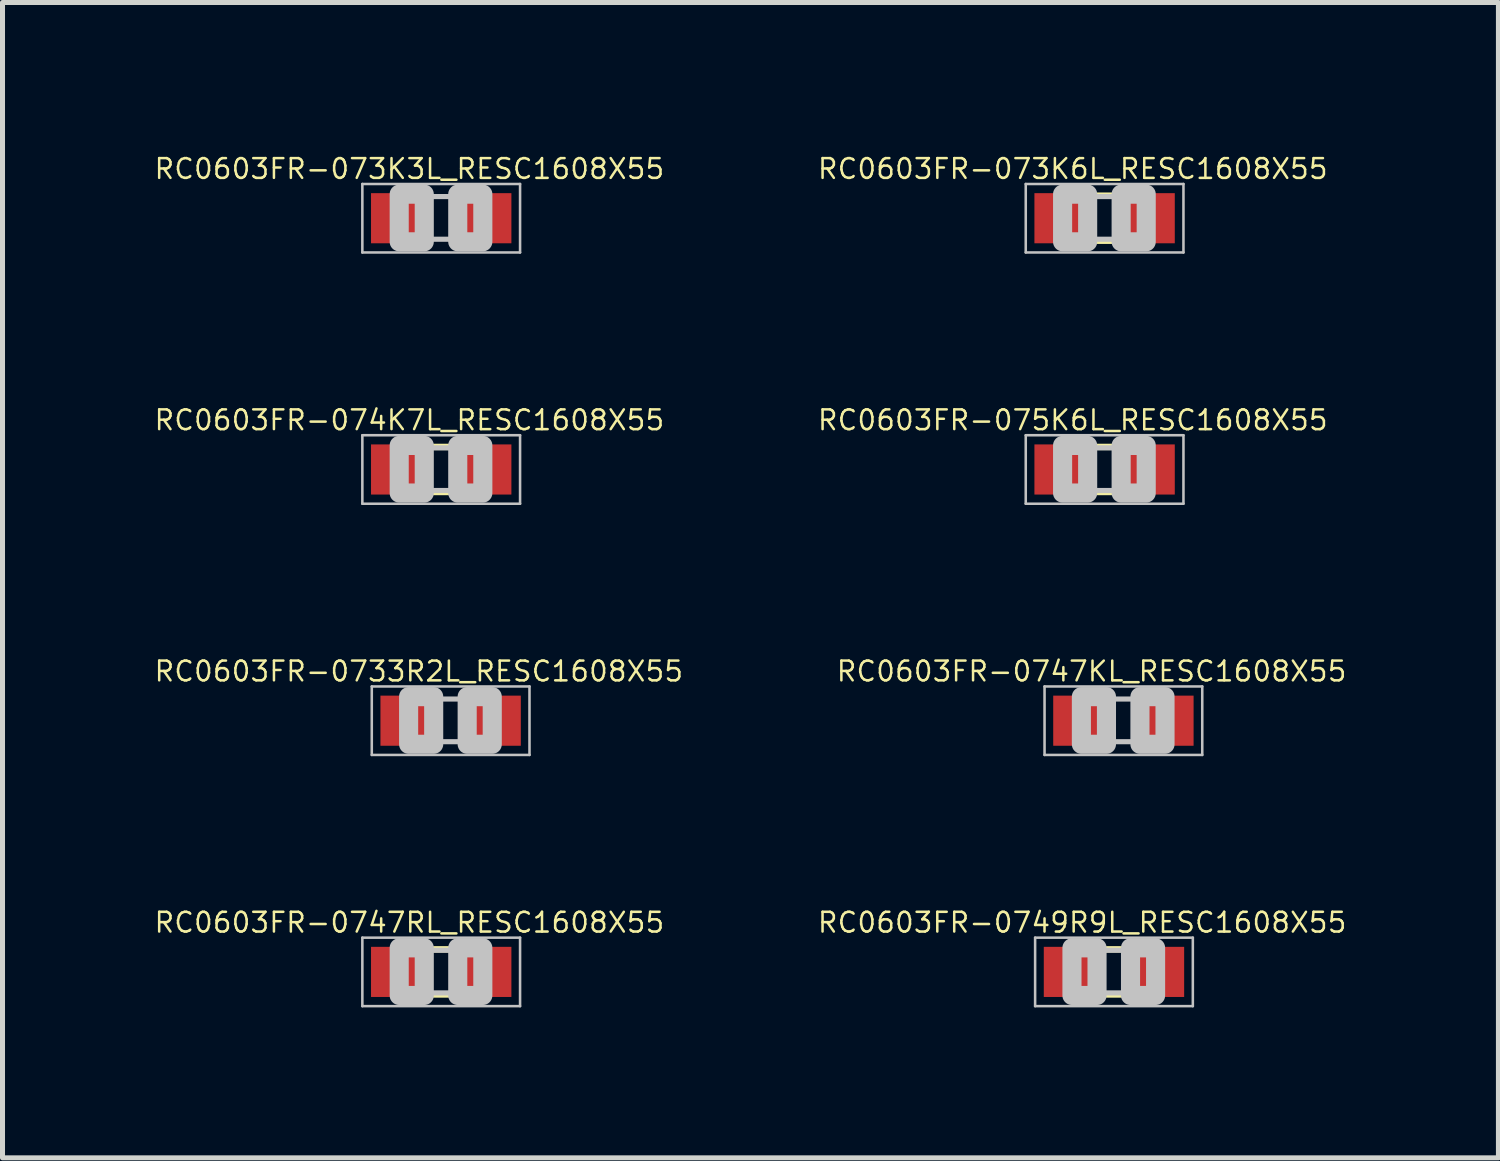
<source format=kicad_pcb>
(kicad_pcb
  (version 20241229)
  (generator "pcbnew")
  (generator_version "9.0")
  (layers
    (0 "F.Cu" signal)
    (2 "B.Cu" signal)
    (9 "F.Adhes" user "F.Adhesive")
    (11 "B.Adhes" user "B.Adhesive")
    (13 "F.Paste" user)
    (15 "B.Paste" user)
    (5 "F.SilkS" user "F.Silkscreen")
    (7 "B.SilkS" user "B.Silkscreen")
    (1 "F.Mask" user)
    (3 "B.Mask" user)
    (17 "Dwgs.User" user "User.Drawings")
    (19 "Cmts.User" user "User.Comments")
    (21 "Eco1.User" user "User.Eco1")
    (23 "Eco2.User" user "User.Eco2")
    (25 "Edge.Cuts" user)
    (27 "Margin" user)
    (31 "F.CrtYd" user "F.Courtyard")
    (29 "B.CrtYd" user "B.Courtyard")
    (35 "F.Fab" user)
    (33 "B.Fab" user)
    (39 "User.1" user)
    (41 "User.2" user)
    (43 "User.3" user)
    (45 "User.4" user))
  (footprint "RC0603FR-0749R9L_RESC1608X55"
    (layer "F.Cu")
    (at 19.171 16.337)
    (property "Reference" "RC0603FR-0749R9L_RESC1608X55" (at -0.635 -0.985 0) (layer "F.SilkS") (effects (font (size 0.394 0.394) (thickness 0.05))))
    (attr smd)
    (fp_line (start -0.15 -0.45) (end 0.15 -0.45) (stroke (width 0.127) (type solid)) (layer "F.SilkS"))
    (fp_line (start -0.15 0.45) (end 0.15 0.45) (stroke (width 0.127) (type solid)) (layer "F.SilkS"))
    (fp_line (start -1.573 -0.683) (end 1.573 -0.683) (stroke (width 0.051) (type solid)) (layer "Dwgs.User"))
    (fp_line (start -1.573 0.683) (end -1.573 -0.683) (stroke (width 0.051) (type solid)) (layer "Dwgs.User"))
    (fp_line (start -0.356 -0.432) (end 0.356 -0.432) (stroke (width 0.102) (type solid)) (layer "Dwgs.User"))
    (fp_line (start -0.356 0.419) (end 0.356 0.419) (stroke (width 0.102) (type solid)) (layer "Dwgs.User"))
    (fp_line (start 1.573 -0.683) (end 1.573 0.683) (stroke (width 0.051) (type solid)) (layer "Dwgs.User"))
    (fp_line (start 1.573 0.683) (end -1.573 0.683) (stroke (width 0.051) (type solid)) (layer "Dwgs.User"))
    (fp_poly (pts (xy -0.838 -0.48) (xy -0.338 -0.48) (xy -0.338 0.47) (xy -0.838 0.47)) (stroke (width 0.381) (type solid)) (fill no) (layer "Dwgs.User"))
    (fp_poly (pts (xy 0.33 -0.48) (xy 0.83 -0.48) (xy 0.83 0.47) (xy 0.33 0.47)) (stroke (width 0.381) (type solid)) (fill no) (layer "Dwgs.User"))
    (pad "1" smd rect (at -0.85 0) (size 1.1 1) (layers "F.Cu" "F.Mask" "F.Paste"))
    (pad "2" smd rect (at 0.85 0) (size 1.1 1) (layers "F.Cu" "F.Mask" "F.Paste")))
  (footprint "RC0603FR-073K3L_RESC1608X55"
    (layer "F.Cu")
    (at 5.751 1.303)
    (property "Reference" "RC0603FR-073K3L_RESC1608X55" (at -0.635 -0.985 0) (layer "F.SilkS") (effects (font (size 0.394 0.394) (thickness 0.05))))
    (attr smd)
    (fp_line (start -1.573 -0.683) (end 1.573 -0.683) (stroke (width 0.051) (type solid)) (layer "Dwgs.User"))
    (fp_line (start -1.573 0.683) (end -1.573 -0.683) (stroke (width 0.051) (type solid)) (layer "Dwgs.User"))
    (fp_line (start -0.356 -0.432) (end 0.356 -0.432) (stroke (width 0.102) (type solid)) (layer "Dwgs.User"))
    (fp_line (start -0.356 0.419) (end 0.356 0.419) (stroke (width 0.102) (type solid)) (layer "Dwgs.User"))
    (fp_line (start 1.573 -0.683) (end 1.573 0.683) (stroke (width 0.051) (type solid)) (layer "Dwgs.User"))
    (fp_line (start 1.573 0.683) (end -1.573 0.683) (stroke (width 0.051) (type solid)) (layer "Dwgs.User"))
    (fp_poly (pts (xy -0.838 -0.48) (xy -0.338 -0.48) (xy -0.338 0.47) (xy -0.838 0.47)) (stroke (width 0.381) (type solid)) (fill no) (layer "Dwgs.User"))
    (fp_poly (pts (xy 0.33 -0.48) (xy 0.83 -0.48) (xy 0.83 0.47) (xy 0.33 0.47)) (stroke (width 0.381) (type solid)) (fill no) (layer "Dwgs.User"))
    (pad "1" smd rect (at -0.85 0) (size 1.1 1) (layers "F.Cu" "F.Mask" "F.Paste"))
    (pad "2" smd rect (at 0.85 0) (size 1.1 1) (layers "F.Cu" "F.Mask" "F.Paste")))
  (footprint "RC0603FR-0747RL_RESC1608X55"
    (layer "F.Cu")
    (at 5.751 16.337)
    (property "Reference" "RC0603FR-0747RL_RESC1608X55" (at -0.635 -0.985 0) (layer "F.SilkS") (effects (font (size 0.394 0.394) (thickness 0.05))))
    (attr smd)
    (fp_line (start -0.15 -0.45) (end 0.15 -0.45) (stroke (width 0.127) (type solid)) (layer "F.SilkS"))
    (fp_line (start -0.15 0.45) (end 0.15 0.45) (stroke (width 0.127) (type solid)) (layer "F.SilkS"))
    (fp_line (start -1.573 -0.683) (end 1.573 -0.683) (stroke (width 0.051) (type solid)) (layer "Dwgs.User"))
    (fp_line (start -1.573 0.683) (end -1.573 -0.683) (stroke (width 0.051) (type solid)) (layer "Dwgs.User"))
    (fp_line (start -0.356 -0.432) (end 0.356 -0.432) (stroke (width 0.102) (type solid)) (layer "Dwgs.User"))
    (fp_line (start -0.356 0.419) (end 0.356 0.419) (stroke (width 0.102) (type solid)) (layer "Dwgs.User"))
    (fp_line (start 1.573 -0.683) (end 1.573 0.683) (stroke (width 0.051) (type solid)) (layer "Dwgs.User"))
    (fp_line (start 1.573 0.683) (end -1.573 0.683) (stroke (width 0.051) (type solid)) (layer "Dwgs.User"))
    (fp_poly (pts (xy -0.838 -0.48) (xy -0.338 -0.48) (xy -0.338 0.47) (xy -0.838 0.47)) (stroke (width 0.381) (type solid)) (fill no) (layer "Dwgs.User"))
    (fp_poly (pts (xy 0.33 -0.48) (xy 0.83 -0.48) (xy 0.83 0.47) (xy 0.33 0.47)) (stroke (width 0.381) (type solid)) (fill no) (layer "Dwgs.User"))
    (pad "1" smd rect (at -0.85 0) (size 1.1 1) (layers "F.Cu" "F.Mask" "F.Paste"))
    (pad "2" smd rect (at 0.85 0) (size 1.1 1) (layers "F.Cu" "F.Mask" "F.Paste")))
  (footprint "RC0603FR-0747KL_RESC1608X55"
    (layer "F.Cu")
    (at 19.359 11.326)
    (property "Reference" "RC0603FR-0747KL_RESC1608X55" (at -0.635 -0.985 0) (layer "F.SilkS") (effects (font (size 0.394 0.394) (thickness 0.05))))
    (attr smd)
    (fp_line (start -1.573 -0.683) (end 1.573 -0.683) (stroke (width 0.051) (type solid)) (layer "Dwgs.User"))
    (fp_line (start -1.573 0.683) (end -1.573 -0.683) (stroke (width 0.051) (type solid)) (layer "Dwgs.User"))
    (fp_line (start -0.356 -0.432) (end 0.356 -0.432) (stroke (width 0.102) (type solid)) (layer "Dwgs.User"))
    (fp_line (start -0.356 0.419) (end 0.356 0.419) (stroke (width 0.102) (type solid)) (layer "Dwgs.User"))
    (fp_line (start 1.573 -0.683) (end 1.573 0.683) (stroke (width 0.051) (type solid)) (layer "Dwgs.User"))
    (fp_line (start 1.573 0.683) (end -1.573 0.683) (stroke (width 0.051) (type solid)) (layer "Dwgs.User"))
    (fp_poly (pts (xy -0.838 -0.48) (xy -0.338 -0.48) (xy -0.338 0.47) (xy -0.838 0.47)) (stroke (width 0.381) (type solid)) (fill no) (layer "Dwgs.User"))
    (fp_poly (pts (xy 0.33 -0.48) (xy 0.83 -0.48) (xy 0.83 0.47) (xy 0.33 0.47)) (stroke (width 0.381) (type solid)) (fill no) (layer "Dwgs.User"))
    (pad "1" smd rect (at -0.85 0) (size 1.1 1) (layers "F.Cu" "F.Mask" "F.Paste"))
    (pad "2" smd rect (at 0.85 0) (size 1.1 1) (layers "F.Cu" "F.Mask" "F.Paste")))
  (footprint "RC0603FR-073K6L_RESC1608X55"
    (layer "F.Cu")
    (at 18.984 1.303)
    (property "Reference" "RC0603FR-073K6L_RESC1608X55" (at -0.635 -0.985 0) (layer "F.SilkS") (effects (font (size 0.394 0.394) (thickness 0.05))))
    (attr smd)
    (fp_line (start -0.15 -0.45) (end 0.15 -0.45) (stroke (width 0.127) (type solid)) (layer "F.SilkS"))
    (fp_line (start -0.15 0.45) (end 0.15 0.45) (stroke (width 0.127) (type solid)) (layer "F.SilkS"))
    (fp_line (start -1.573 -0.683) (end 1.573 -0.683) (stroke (width 0.051) (type solid)) (layer "Dwgs.User"))
    (fp_line (start -1.573 0.683) (end -1.573 -0.683) (stroke (width 0.051) (type solid)) (layer "Dwgs.User"))
    (fp_line (start -0.356 -0.432) (end 0.356 -0.432) (stroke (width 0.102) (type solid)) (layer "Dwgs.User"))
    (fp_line (start -0.356 0.419) (end 0.356 0.419) (stroke (width 0.102) (type solid)) (layer "Dwgs.User"))
    (fp_line (start 1.573 -0.683) (end 1.573 0.683) (stroke (width 0.051) (type solid)) (layer "Dwgs.User"))
    (fp_line (start 1.573 0.683) (end -1.573 0.683) (stroke (width 0.051) (type solid)) (layer "Dwgs.User"))
    (fp_poly (pts (xy -0.838 -0.48) (xy -0.338 -0.48) (xy -0.338 0.47) (xy -0.838 0.47)) (stroke (width 0.381) (type solid)) (fill no) (layer "Dwgs.User"))
    (fp_poly (pts (xy 0.33 -0.48) (xy 0.83 -0.48) (xy 0.83 0.47) (xy 0.33 0.47)) (stroke (width 0.381) (type solid)) (fill no) (layer "Dwgs.User"))
    (pad "1" smd rect (at -0.85 0) (size 1.1 1) (layers "F.Cu" "F.Mask" "F.Paste"))
    (pad "2" smd rect (at 0.85 0) (size 1.1 1) (layers "F.Cu" "F.Mask" "F.Paste")))
  (footprint "RC0603FR-074K7L_RESC1608X55"
    (layer "F.Cu")
    (at 5.751 6.315)
    (property "Reference" "RC0603FR-074K7L_RESC1608X55" (at -0.635 -0.985 0) (layer "F.SilkS") (effects (font (size 0.394 0.394) (thickness 0.05))))
    (attr smd)
    (fp_line (start -0.15 -0.45) (end 0.15 -0.45) (stroke (width 0.127) (type solid)) (layer "F.SilkS"))
    (fp_line (start -0.15 0.45) (end 0.15 0.45) (stroke (width 0.127) (type solid)) (layer "F.SilkS"))
    (fp_line (start -1.573 -0.683) (end 1.573 -0.683) (stroke (width 0.051) (type solid)) (layer "Dwgs.User"))
    (fp_line (start -1.573 0.683) (end -1.573 -0.683) (stroke (width 0.051) (type solid)) (layer "Dwgs.User"))
    (fp_line (start -0.356 -0.432) (end 0.356 -0.432) (stroke (width 0.102) (type solid)) (layer "Dwgs.User"))
    (fp_line (start -0.356 0.419) (end 0.356 0.419) (stroke (width 0.102) (type solid)) (layer "Dwgs.User"))
    (fp_line (start 1.573 -0.683) (end 1.573 0.683) (stroke (width 0.051) (type solid)) (layer "Dwgs.User"))
    (fp_line (start 1.573 0.683) (end -1.573 0.683) (stroke (width 0.051) (type solid)) (layer "Dwgs.User"))
    (fp_poly (pts (xy -0.838 -0.48) (xy -0.338 -0.48) (xy -0.338 0.47) (xy -0.838 0.47)) (stroke (width 0.381) (type solid)) (fill no) (layer "Dwgs.User"))
    (fp_poly (pts (xy 0.33 -0.48) (xy 0.83 -0.48) (xy 0.83 0.47) (xy 0.33 0.47)) (stroke (width 0.381) (type solid)) (fill no) (layer "Dwgs.User"))
    (pad "1" smd rect (at -0.85 0) (size 1.1 1) (layers "F.Cu" "F.Mask" "F.Paste"))
    (pad "2" smd rect (at 0.85 0) (size 1.1 1) (layers "F.Cu" "F.Mask" "F.Paste")))
  (footprint "RC0603FR-0733R2L_RESC1608X55"
    (layer "F.Cu")
    (at 5.939 11.326)
    (property "Reference" "RC0603FR-0733R2L_RESC1608X55" (at -0.635 -0.985 0) (layer "F.SilkS") (effects (font (size 0.394 0.394) (thickness 0.05))))
    (attr smd)
    (fp_line (start -1.573 -0.683) (end 1.573 -0.683) (stroke (width 0.051) (type solid)) (layer "Dwgs.User"))
    (fp_line (start -1.573 0.683) (end -1.573 -0.683) (stroke (width 0.051) (type solid)) (layer "Dwgs.User"))
    (fp_line (start -0.356 -0.432) (end 0.356 -0.432) (stroke (width 0.102) (type solid)) (layer "Dwgs.User"))
    (fp_line (start -0.356 0.419) (end 0.356 0.419) (stroke (width 0.102) (type solid)) (layer "Dwgs.User"))
    (fp_line (start 1.573 -0.683) (end 1.573 0.683) (stroke (width 0.051) (type solid)) (layer "Dwgs.User"))
    (fp_line (start 1.573 0.683) (end -1.573 0.683) (stroke (width 0.051) (type solid)) (layer "Dwgs.User"))
    (fp_poly (pts (xy -0.838 -0.48) (xy -0.338 -0.48) (xy -0.338 0.47) (xy -0.838 0.47)) (stroke (width 0.381) (type solid)) (fill no) (layer "Dwgs.User"))
    (fp_poly (pts (xy 0.33 -0.48) (xy 0.83 -0.48) (xy 0.83 0.47) (xy 0.33 0.47)) (stroke (width 0.381) (type solid)) (fill no) (layer "Dwgs.User"))
    (pad "1" smd rect (at -0.85 0) (size 1.1 1) (layers "F.Cu" "F.Mask" "F.Paste"))
    (pad "2" smd rect (at 0.85 0) (size 1.1 1) (layers "F.Cu" "F.Mask" "F.Paste")))
  (footprint "RC0603FR-075K6L_RESC1608X55"
    (layer "F.Cu")
    (at 18.984 6.315)
    (property "Reference" "RC0603FR-075K6L_RESC1608X55" (at -0.635 -0.985 0) (layer "F.SilkS") (effects (font (size 0.394 0.394) (thickness 0.05))))
    (attr smd)
    (fp_line (start -0.15 -0.45) (end 0.15 -0.45) (stroke (width 0.127) (type solid)) (layer "F.SilkS"))
    (fp_line (start -0.15 0.45) (end 0.15 0.45) (stroke (width 0.127) (type solid)) (layer "F.SilkS"))
    (fp_line (start -1.573 -0.683) (end 1.573 -0.683) (stroke (width 0.051) (type solid)) (layer "Dwgs.User"))
    (fp_line (start -1.573 0.683) (end -1.573 -0.683) (stroke (width 0.051) (type solid)) (layer "Dwgs.User"))
    (fp_line (start -0.356 -0.432) (end 0.356 -0.432) (stroke (width 0.102) (type solid)) (layer "Dwgs.User"))
    (fp_line (start -0.356 0.419) (end 0.356 0.419) (stroke (width 0.102) (type solid)) (layer "Dwgs.User"))
    (fp_line (start 1.573 -0.683) (end 1.573 0.683) (stroke (width 0.051) (type solid)) (layer "Dwgs.User"))
    (fp_line (start 1.573 0.683) (end -1.573 0.683) (stroke (width 0.051) (type solid)) (layer "Dwgs.User"))
    (fp_poly (pts (xy -0.838 -0.48) (xy -0.338 -0.48) (xy -0.338 0.47) (xy -0.838 0.47)) (stroke (width 0.381) (type solid)) (fill no) (layer "Dwgs.User"))
    (fp_poly (pts (xy 0.33 -0.48) (xy 0.83 -0.48) (xy 0.83 0.47) (xy 0.33 0.47)) (stroke (width 0.381) (type solid)) (fill no) (layer "Dwgs.User"))
    (pad "1" smd rect (at -0.85 0) (size 1.1 1) (layers "F.Cu" "F.Mask" "F.Paste"))
    (pad "2" smd rect (at 0.85 0) (size 1.1 1) (layers "F.Cu" "F.Mask" "F.Paste")))
  (gr_rect
    (start -3 -3)
    (end 26.84 20.046)
    (stroke (width 0.1) (type default))
    (fill no)
    (layer "Edge.Cuts")))
</source>
